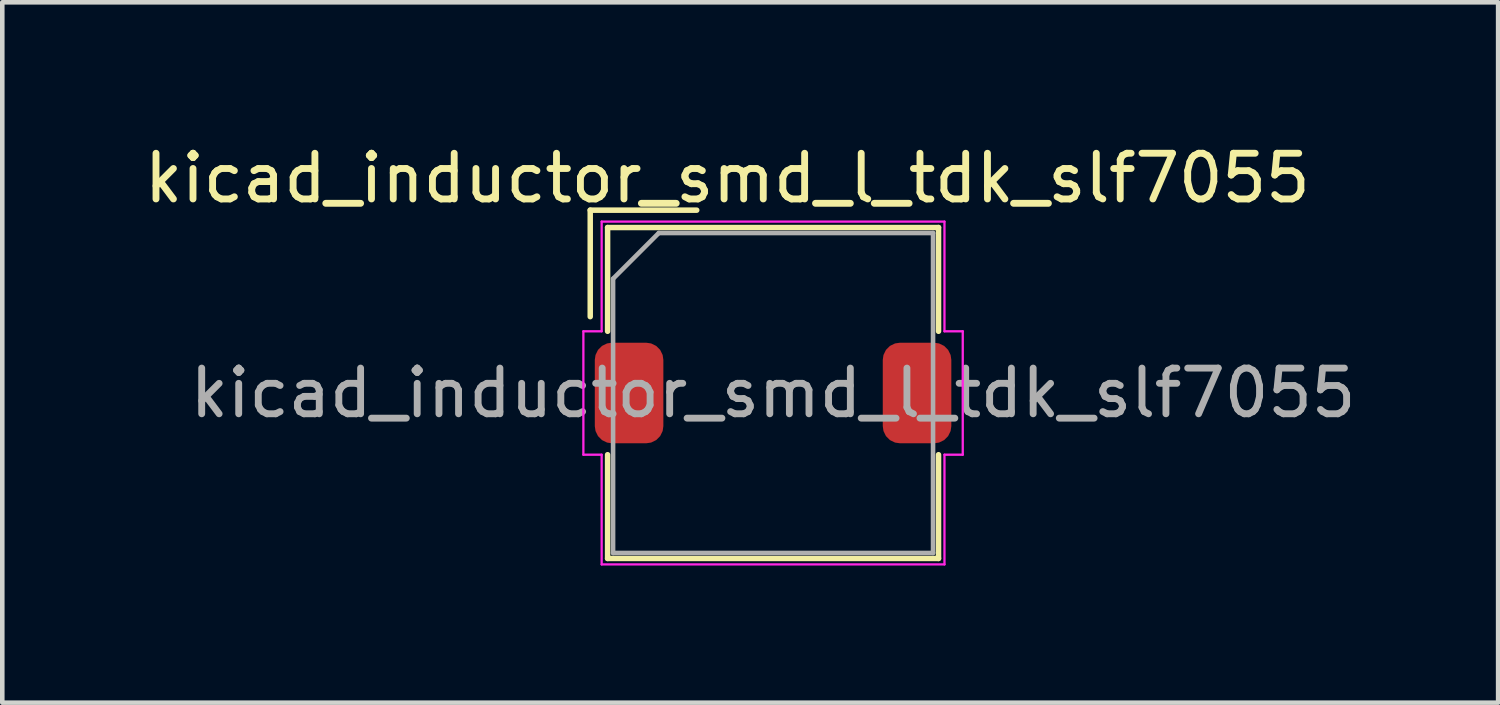
<source format=kicad_pcb>
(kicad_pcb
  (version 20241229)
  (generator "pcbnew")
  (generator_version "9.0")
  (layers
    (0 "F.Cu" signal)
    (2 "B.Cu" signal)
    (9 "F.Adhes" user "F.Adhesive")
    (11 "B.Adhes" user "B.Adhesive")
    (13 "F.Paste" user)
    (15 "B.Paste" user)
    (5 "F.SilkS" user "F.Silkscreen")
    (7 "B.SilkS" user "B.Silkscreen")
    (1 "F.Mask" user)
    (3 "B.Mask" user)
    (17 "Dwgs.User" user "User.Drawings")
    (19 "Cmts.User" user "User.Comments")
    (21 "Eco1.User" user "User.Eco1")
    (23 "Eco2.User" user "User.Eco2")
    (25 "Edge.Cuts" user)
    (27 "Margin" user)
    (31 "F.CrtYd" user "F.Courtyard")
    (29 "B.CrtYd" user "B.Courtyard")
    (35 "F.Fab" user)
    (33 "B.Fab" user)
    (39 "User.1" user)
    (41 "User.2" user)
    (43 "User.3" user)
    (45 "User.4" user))
  (footprint "kicad_inductor_smd_l_tdk_slf7055"
    (layer "F.Cu")
    (at 13.863 5.548)
    (property "Reference" "kicad_inductor_smd_l_tdk_slf7055" (at -1 -4.7 0) (layer "F.SilkS") (effects (font (size 1 1) (thickness 0.15))))
    (attr smd)
    (fp_line (start -4 -4) (end -1.67 -4) (stroke (width 0.12) (type solid)) (layer "F.SilkS"))
    (fp_line (start -4 -1.67) (end -4 -4) (stroke (width 0.12) (type solid)) (layer "F.SilkS"))
    (fp_line (start -3.62 -3.62) (end -3.62 -1.35) (stroke (width 0.12) (type solid)) (layer "F.SilkS"))
    (fp_line (start -3.62 -3.62) (end 3.62 -3.62) (stroke (width 0.12) (type solid)) (layer "F.SilkS"))
    (fp_line (start -3.62 1.35) (end -3.62 3.62) (stroke (width 0.12) (type solid)) (layer "F.SilkS"))
    (fp_line (start -3.62 3.62) (end 3.62 3.62) (stroke (width 0.12) (type solid)) (layer "F.SilkS"))
    (fp_line (start 3.62 -3.62) (end 3.62 -1.35) (stroke (width 0.12) (type solid)) (layer "F.SilkS"))
    (fp_line (start 3.62 1.35) (end 3.62 3.62) (stroke (width 0.12) (type solid)) (layer "F.SilkS"))
    (fp_line (start -4.15 -1.35) (end -4.15 1.35) (stroke (width 0.05) (type solid)) (layer "F.CrtYd"))
    (fp_line (start -4.15 1.35) (end -3.75 1.35) (stroke (width 0.05) (type solid)) (layer "F.CrtYd"))
    (fp_line (start -3.75 -3.75) (end -3.75 -1.35) (stroke (width 0.05) (type solid)) (layer "F.CrtYd"))
    (fp_line (start -3.75 -3.75) (end 3.75 -3.75) (stroke (width 0.05) (type solid)) (layer "F.CrtYd"))
    (fp_line (start -3.75 -1.35) (end -4.15 -1.35) (stroke (width 0.05) (type solid)) (layer "F.CrtYd"))
    (fp_line (start -3.75 1.35) (end -3.75 3.75) (stroke (width 0.05) (type solid)) (layer "F.CrtYd"))
    (fp_line (start -3.75 3.75) (end 3.75 3.75) (stroke (width 0.05) (type solid)) (layer "F.CrtYd"))
    (fp_line (start 3.75 -3.75) (end 3.75 -1.35) (stroke (width 0.05) (type solid)) (layer "F.CrtYd"))
    (fp_line (start 3.75 -1.35) (end 4.15 -1.35) (stroke (width 0.05) (type solid)) (layer "F.CrtYd"))
    (fp_line (start 3.75 1.35) (end 3.75 3.75) (stroke (width 0.05) (type solid)) (layer "F.CrtYd"))
    (fp_line (start 4.15 -1.35) (end 4.15 1.35) (stroke (width 0.05) (type solid)) (layer "F.CrtYd"))
    (fp_line (start 4.15 1.35) (end 3.75 1.35) (stroke (width 0.05) (type solid)) (layer "F.CrtYd"))
    (fp_line (start -3.5 -2.5) (end -2.5 -3.5) (stroke (width 0.1) (type solid)) (layer "F.Fab"))
    (fp_line (start -3.5 3.5) (end -3.5 -2.5) (stroke (width 0.1) (type solid)) (layer "F.Fab"))
    (fp_line (start -2.5 -3.5) (end 3.5 -3.5) (stroke (width 0.1) (type solid)) (layer "F.Fab"))
    (fp_line (start 3.5 -3.5) (end 3.5 3.5) (stroke (width 0.1) (type solid)) (layer "F.Fab"))
    (fp_line (start 3.5 3.5) (end -3.5 3.5) (stroke (width 0.1) (type solid)) (layer "F.Fab"))
    (fp_text user "${REFERENCE}" (at 0 0 0) (layer "F.Fab") (effects (font (size 1 1) (thickness 0.15))))
    (pad "1" smd roundrect (at -3.15 0) (size 1.5 2.2) (layers "F.Cu" "F.Mask" "F.Paste") (roundrect_rratio 0.25))
    (pad "2" smd roundrect (at 3.15 0) (size 1.5 2.2) (layers "F.Cu" "F.Mask" "F.Paste") (roundrect_rratio 0.25)))
  (gr_rect
    (start -3 -3)
    (end 29.726 12.323)
    (stroke (width 0.1) (type default))
    (fill no)
    (layer "Edge.Cuts")))
</source>
